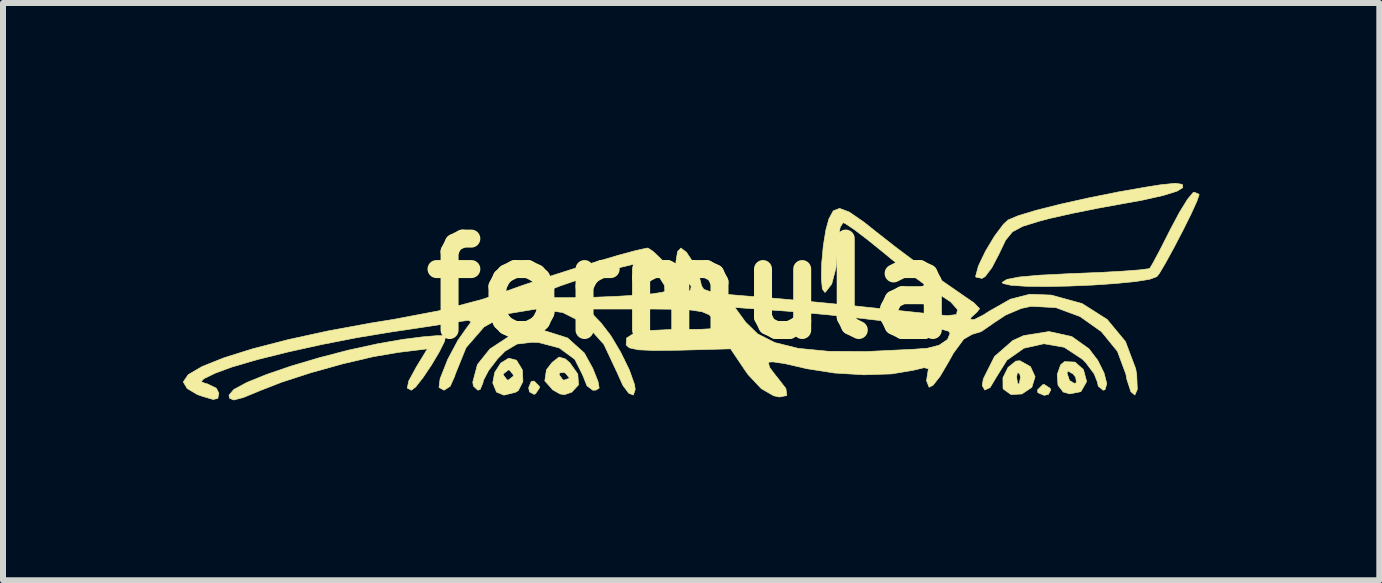
<source format=kicad_pcb>
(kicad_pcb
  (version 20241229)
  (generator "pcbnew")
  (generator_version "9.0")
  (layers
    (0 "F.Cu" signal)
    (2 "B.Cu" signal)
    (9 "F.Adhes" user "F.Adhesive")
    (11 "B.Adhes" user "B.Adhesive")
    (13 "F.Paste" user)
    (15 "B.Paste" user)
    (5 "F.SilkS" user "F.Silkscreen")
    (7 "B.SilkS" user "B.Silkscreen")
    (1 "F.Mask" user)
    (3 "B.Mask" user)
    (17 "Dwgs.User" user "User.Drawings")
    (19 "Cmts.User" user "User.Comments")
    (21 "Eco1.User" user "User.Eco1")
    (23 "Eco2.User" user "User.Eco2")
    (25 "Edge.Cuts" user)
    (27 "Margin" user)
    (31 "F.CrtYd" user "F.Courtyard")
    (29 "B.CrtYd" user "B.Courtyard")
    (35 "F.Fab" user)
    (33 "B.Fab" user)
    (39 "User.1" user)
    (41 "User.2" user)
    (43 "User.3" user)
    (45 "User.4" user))
  (footprint "formula"
    (layer "F.Cu")
    (at 8.472 1.762)
    (property "Reference" "formula" (at 0 0 0) (layer "F.SilkS") (effects (font (size 1.524 1.524) (thickness 0.3))))
    (attr through_hole)
    (fp_poly (pts (xy -2.531 1.628) (xy -2.527 1.651) (xy -2.593 1.75) (xy -2.618 1.762) (xy -2.696 1.721) (xy -2.709 1.651) (xy -2.666 1.546) (xy -2.618 1.54) (xy -2.531 1.628)) (stroke (width 0.01) (type solid)) (fill yes) (layer "F.SilkS"))
    (fp_poly (pts (xy 5.984 1.662) (xy 5.995 1.687) (xy 5.954 1.764) (xy 5.884 1.778) (xy 5.779 1.735) (xy 5.774 1.687) (xy 5.861 1.6) (xy 5.884 1.596) (xy 5.984 1.662)) (stroke (width 0.01) (type solid)) (fill yes) (layer "F.SilkS"))
    (fp_poly (pts (xy 5.656 1.3) (xy 5.733 1.469) (xy 5.679 1.643) (xy 5.679 1.644) (xy 5.514 1.755) (xy 5.333 1.766) (xy 5.207 1.677) (xy 5.198 1.658) (xy 5.197 1.485) (xy 5.202 1.475) (xy 5.425 1.475) (xy 5.441 1.584) (xy 5.47 1.586) (xy 5.49 1.472) (xy 5.477 1.423) (xy 5.439 1.391) (xy 5.425 1.475) (xy 5.202 1.475) (xy 5.282 1.313) (xy 5.411 1.208) (xy 5.479 1.201) (xy 5.656 1.3)) (stroke (width 0.01) (type solid)) (fill yes) (layer "F.SilkS"))
    (fp_poly (pts (xy 6.399 1.224) (xy 6.539 1.349) (xy 6.589 1.536) (xy 6.587 1.558) (xy 6.496 1.717) (xy 6.312 1.754) (xy 6.202 1.723) (xy 6.115 1.61) (xy 6.102 1.431) (xy 6.11 1.408) (xy 6.265 1.408) (xy 6.307 1.532) (xy 6.391 1.581) (xy 6.422 1.565) (xy 6.41 1.478) (xy 6.366 1.421) (xy 6.28 1.373) (xy 6.265 1.408) (xy 6.11 1.408) (xy 6.159 1.269) (xy 6.224 1.216) (xy 6.399 1.224)) (stroke (width 0.01) (type solid)) (fill yes) (layer "F.SilkS"))
    (fp_poly (pts (xy -2.912 1.193) (xy -2.814 1.354) (xy -2.805 1.548) (xy -2.882 1.699) (xy -2.928 1.727) (xy -3.122 1.775) (xy -3.241 1.726) (xy -3.246 1.722) (xy -3.308 1.571) (xy -3.283 1.439) (xy -3.133 1.439) (xy -3.068 1.522) (xy -3.048 1.524) (xy -2.966 1.46) (xy -2.963 1.439) (xy -3.028 1.357) (xy -3.048 1.355) (xy -3.13 1.419) (xy -3.133 1.439) (xy -3.283 1.439) (xy -3.274 1.395) (xy -3.175 1.241) (xy -3.042 1.159) (xy -2.912 1.193)) (stroke (width 0.01) (type solid)) (fill yes) (layer "F.SilkS"))
    (fp_poly (pts (xy -2.1 1.17) (xy -2.022 1.237) (xy -1.89 1.424) (xy -1.878 1.603) (xy -1.989 1.724) (xy -1.997 1.727) (xy -2.111 1.767) (xy -2.187 1.755) (xy -2.307 1.687) (xy -2.44 1.538) (xy -2.425 1.434) (xy -2.201 1.434) (xy -2.14 1.521) (xy -2.117 1.524) (xy -2.034 1.495) (xy -2.032 1.487) (xy -2.091 1.414) (xy -2.117 1.397) (xy -2.195 1.404) (xy -2.201 1.434) (xy -2.425 1.434) (xy -2.413 1.352) (xy -2.318 1.23) (xy -2.203 1.14) (xy -2.1 1.17)) (stroke (width 0.01) (type solid)) (fill yes) (layer "F.SilkS"))
    (fp_poly (pts (xy 6.344 0.798) (xy 6.632 1.003) (xy 6.779 1.197) (xy 6.883 1.407) (xy 6.928 1.584) (xy 6.898 1.685) (xy 6.867 1.693) (xy 6.785 1.624) (xy 6.773 1.56) (xy 6.717 1.419) (xy 6.577 1.232) (xy 6.526 1.179) (xy 6.219 0.977) (xy 5.879 0.918) (xy 5.546 0.993) (xy 5.263 1.192) (xy 5.077 1.49) (xy 4.983 1.648) (xy 4.894 1.69) (xy 4.852 1.615) (xy 4.87 1.503) (xy 5.057 1.13) (xy 5.362 0.864) (xy 5.544 0.782) (xy 5.965 0.715) (xy 6.344 0.798)) (stroke (width 0.01) (type solid)) (fill yes) (layer "F.SilkS"))
    (fp_poly (pts (xy -2.06 0.822) (xy -1.782 1.072) (xy -1.639 1.331) (xy -1.552 1.551) (xy -1.534 1.657) (xy -1.588 1.691) (xy -1.64 1.693) (xy -1.737 1.62) (xy -1.807 1.444) (xy -1.807 1.443) (xy -1.94 1.178) (xy -2.199 0.988) (xy -2.546 0.897) (xy -2.648 0.893) (xy -2.903 0.923) (xy -3.101 1.041) (xy -3.226 1.167) (xy -3.378 1.365) (xy -3.464 1.529) (xy -3.471 1.568) (xy -3.517 1.679) (xy -3.556 1.693) (xy -3.63 1.624) (xy -3.641 1.558) (xy -3.563 1.264) (xy -3.355 1.005) (xy -3.057 0.809) (xy -2.709 0.705) (xy -2.437 0.703) (xy -2.06 0.822)) (stroke (width 0.01) (type solid)) (fill yes) (layer "F.SilkS"))
    (fp_poly (pts (xy 8.186 -1.739) (xy 8.196 -1.685) (xy 8.099 -1.625) (xy 7.863 -1.552) (xy 7.514 -1.474) (xy 7.236 -1.424) (xy 6.795 -1.344) (xy 6.356 -1.256) (xy 5.982 -1.172) (xy 5.811 -1.127) (xy 5.528 -1.04) (xy 5.356 -0.948) (xy 5.241 -0.808) (xy 5.132 -0.58) (xy 5.012 -0.35) (xy 4.9 -0.202) (xy 4.847 -0.171) (xy 4.749 -0.192) (xy 4.741 -0.205) (xy 4.788 -0.379) (xy 4.905 -0.623) (xy 5.057 -0.876) (xy 5.207 -1.076) (xy 5.282 -1.145) (xy 5.451 -1.216) (xy 5.753 -1.307) (xy 6.155 -1.408) (xy 6.621 -1.512) (xy 7.118 -1.612) (xy 7.611 -1.698) (xy 7.82 -1.731) (xy 8.071 -1.757) (xy 8.186 -1.739)) (stroke (width 0.01) (type solid)) (fill yes) (layer "F.SilkS"))
    (fp_poly (pts (xy -4.104 0.784) (xy -4.094 0.788) (xy -4.111 0.877) (xy -4.199 1.054) (xy -4.329 1.272) (xy -4.47 1.482) (xy -4.593 1.639) (xy -4.664 1.693) (xy -4.733 1.658) (xy -4.708 1.538) (xy -4.584 1.31) (xy -4.569 1.285) (xy -4.397 1.003) (xy -4.887 1.063) (xy -5.302 1.134) (xy -5.808 1.253) (xy -6.339 1.401) (xy -6.83 1.56) (xy -7.186 1.699) (xy -7.467 1.815) (xy -7.627 1.856) (xy -7.695 1.826) (xy -7.705 1.775) (xy -7.626 1.682) (xy -7.41 1.565) (xy -7.083 1.432) (xy -6.674 1.292) (xy -6.21 1.154) (xy -5.719 1.026) (xy -5.228 0.919) (xy -4.798 0.844) (xy -4.482 0.804) (xy -4.236 0.783) (xy -4.104 0.784)) (stroke (width 0.01) (type solid)) (fill yes) (layer "F.SilkS"))
    (fp_poly (pts (xy 8.465 -1.574) (xy 8.467 -1.564) (xy 8.429 -1.455) (xy 8.332 -1.242) (xy 8.197 -0.971) (xy 8.049 -0.687) (xy 7.91 -0.433) (xy 7.804 -0.254) (xy 7.763 -0.201) (xy 7.643 -0.157) (xy 7.402 -0.118) (xy 7.074 -0.086) (xy 6.693 -0.06) (xy 6.294 -0.043) (xy 5.91 -0.036) (xy 5.577 -0.04) (xy 5.327 -0.057) (xy 5.196 -0.087) (xy 5.186 -0.106) (xy 5.262 -0.154) (xy 5.465 -0.194) (xy 5.808 -0.225) (xy 6.304 -0.25) (xy 6.413 -0.254) (xy 6.845 -0.272) (xy 7.212 -0.293) (xy 7.485 -0.314) (xy 7.63 -0.333) (xy 7.645 -0.339) (xy 7.699 -0.429) (xy 7.808 -0.633) (xy 7.949 -0.91) (xy 7.992 -0.995) (xy 8.144 -1.28) (xy 8.277 -1.494) (xy 8.368 -1.602) (xy 8.383 -1.609) (xy 8.465 -1.574)) (stroke (width 0.01) (type solid)) (fill yes) (layer "F.SilkS"))
    (fp_poly (pts (xy 2.634 -1.278) (xy 2.876 -1.112) (xy 3.077 -0.952) (xy 3.414 -0.688) (xy 3.787 -0.409) (xy 4.064 -0.212) (xy 4.335 -0.025) (xy 4.569 0.137) (xy 4.712 0.235) (xy 4.808 0.333) (xy 4.763 0.391) (xy 4.665 0.48) (xy 4.657 0.513) (xy 4.718 0.516) (xy 4.873 0.437) (xy 4.968 0.376) (xy 5.32 0.176) (xy 5.645 0.093) (xy 6.004 0.107) (xy 6.516 0.248) (xy 6.934 0.513) (xy 7.239 0.881) (xy 7.41 1.335) (xy 7.427 1.433) (xy 7.437 1.679) (xy 7.396 1.773) (xy 7.33 1.718) (xy 7.263 1.514) (xy 7.247 1.426) (xy 7.106 1.045) (xy 6.838 0.716) (xy 6.483 0.465) (xy 6.08 0.316) (xy 5.668 0.294) (xy 5.504 0.329) (xy 5.244 0.439) (xy 5.027 0.582) (xy 5.017 0.591) (xy 4.834 0.716) (xy 4.681 0.762) (xy 4.543 0.842) (xy 4.372 1.074) (xy 4.287 1.227) (xy 4.149 1.461) (xy 4.032 1.61) (xy 3.966 1.643) (xy 3.923 1.534) (xy 3.938 1.437) (xy 3.954 1.336) (xy 3.884 1.317) (xy 3.709 1.359) (xy 3.343 1.421) (xy 2.88 1.436) (xy 2.386 1.406) (xy 1.926 1.334) (xy 1.826 1.31) (xy 1.557 1.249) (xy 1.36 1.22) (xy 1.286 1.226) (xy 1.306 1.311) (xy 1.415 1.456) (xy 1.425 1.466) (xy 1.579 1.665) (xy 1.594 1.781) (xy 1.472 1.806) (xy 1.376 1.786) (xy 1.168 1.666) (xy 0.95 1.434) (xy 0.9 1.364) (xy 0.657 1.003) (xy -0.195 1.026) (xy -0.611 1.031) (xy -0.882 1.019) (xy -1.032 0.986) (xy -1.084 0.938) (xy -1.077 0.823) (xy -0.953 0.744) (xy -0.697 0.698) (xy -0.294 0.679) (xy -0.177 0.679) (xy 0.167 0.677) (xy 0.369 0.666) (xy 0.454 0.64) (xy 0.449 0.589) (xy 0.381 0.508) (xy 0.297 0.434) (xy 0.183 0.385) (xy 0.004 0.357) (xy -0.273 0.343) (xy -0.681 0.339) (xy -0.749 0.339) (xy -1.725 0.339) (xy -1.502 0.572) (xy -1.34 0.783) (xy -1.173 1.064) (xy -1.031 1.355) (xy -0.945 1.597) (xy -0.933 1.679) (xy -0.964 1.774) (xy -1.042 1.742) (xy -1.141 1.608) (xy -1.226 1.416) (xy -1.455 0.929) (xy -1.758 0.591) (xy -2.143 0.397) (xy -2.582 0.339) (xy -3.054 0.417) (xy -3.452 0.637) (xy -3.753 0.983) (xy -3.936 1.435) (xy -3.941 1.457) (xy -4.017 1.627) (xy -4.119 1.693) (xy -4.204 1.647) (xy -4.186 1.503) (xy -4.06 1.183) (xy -3.891 0.865) (xy -3.744 0.656) (xy -3.668 0.554) (xy -3.713 0.528) (xy -3.86 0.548) (xy -4.046 0.578) (xy -4.352 0.625) (xy -4.729 0.682) (xy -4.995 0.721) (xy -5.564 0.815) (xy -6.153 0.93) (xy -6.723 1.056) (xy -7.238 1.184) (xy -7.658 1.307) (xy -7.935 1.409) (xy -8.124 1.501) (xy -8.171 1.551) (xy -8.092 1.582) (xy -8.065 1.587) (xy -7.916 1.659) (xy -7.874 1.742) (xy -7.891 1.83) (xy -7.969 1.847) (xy -8.15 1.794) (xy -8.234 1.764) (xy -8.401 1.665) (xy -8.467 1.555) (xy -8.385 1.434) (xy -8.153 1.298) (xy -7.788 1.152) (xy -7.305 1.001) (xy -6.724 0.851) (xy -6.06 0.706) (xy -5.331 0.572) (xy -4.97 0.514) (xy -4.206 0.369) (xy -3.992 0.313) (xy 0.729 0.313) (xy 0.907 0.558) (xy 1.108 0.754) (xy 1.395 0.899) (xy 1.784 0.995) (xy 2.289 1.044) (xy 2.924 1.048) (xy 3.706 1.01) (xy 3.937 0.993) (xy 4.132 0.943) (xy 4.274 0.847) (xy 4.315 0.744) (xy 4.295 0.711) (xy 4.193 0.681) (xy 3.955 0.639) (xy 3.612 0.59) (xy 3.197 0.537) (xy 2.74 0.484) (xy 2.275 0.435) (xy 1.833 0.394) (xy 1.571 0.373) (xy 0.729 0.313) (xy -3.992 0.313) (xy -3.495 0.182) (xy -3.307 0.119) (xy -2.54 0.119) (xy -2.462 0.14) (xy -2.254 0.15) (xy -1.956 0.15) (xy -1.606 0.143) (xy -1.243 0.128) (xy -0.907 0.108) (xy -0.637 0.085) (xy -0.471 0.058) (xy -0.44 0.045) (xy -0.443 -0.036) (xy -0.212 -0.036) (xy -0.206 0.009) (xy -0.099 0.083) (xy -0.012 0.025) (xy 0 -0.04) (xy -0.056 -0.125) (xy -0.127 -0.115) (xy -0.212 -0.036) (xy -0.443 -0.036) (xy -0.444 -0.053) (xy -0.536 -0.2) (xy -0.67 -0.341) (xy -0.801 -0.42) (xy -0.827 -0.424) (xy -0.992 -0.4) (xy -1.251 -0.337) (xy -1.564 -0.249) (xy -1.889 -0.147) (xy -2.186 -0.045) (xy -2.414 0.044) (xy -2.532 0.107) (xy -2.54 0.119) (xy -3.307 0.119) (xy -3.118 0.055) (xy -2.793 -0.061) (xy -2.403 -0.191) (xy -1.985 -0.325) (xy -1.574 -0.451) (xy -1.206 -0.559) (xy -0.917 -0.637) (xy -0.743 -0.675) (xy -0.72 -0.677) (xy -0.635 -0.621) (xy -0.49 -0.483) (xy -0.462 -0.453) (xy -0.254 -0.229) (xy -0.254 -0.453) (xy -0.227 -0.618) (xy -0.172 -0.677) (xy -0.079 -0.607) (xy 0.031 -0.44) (xy 0.126 -0.238) (xy 0.169 -0.064) (xy 0.169 -0.054) (xy 0.21 0.011) (xy 0.35 0.06) (xy 0.614 0.097) (xy 0.91 0.122) (xy 1.281 0.151) (xy 1.761 0.194) (xy 2.291 0.244) (xy 2.814 0.297) (xy 2.879 0.304) (xy 3.328 0.351) (xy 3.727 0.393) (xy 4.04 0.426) (xy 4.233 0.446) (xy 4.267 0.449) (xy 4.422 0.432) (xy 4.44 0.349) (xy 4.327 0.221) (xy 4.163 0.112) (xy 3.95 -0.027) (xy 3.66 -0.24) (xy 3.344 -0.488) (xy 3.225 -0.587) (xy 2.95 -0.809) (xy 2.721 -0.984) (xy 2.57 -1.085) (xy 2.532 -1.101) (xy 2.484 -1.025) (xy 2.452 -0.835) (xy 2.447 -0.741) (xy 2.415 -0.352) (xy 2.343 -0.078) (xy 2.239 0.057) (xy 2.228 0.062) (xy 2.186 0.004) (xy 2.17 -0.175) (xy 2.176 -0.429) (xy 2.202 -0.712) (xy 2.245 -0.979) (xy 2.296 -1.164) (xy 2.369 -1.298) (xy 2.474 -1.338) (xy 2.634 -1.278)) (stroke (width 0.01) (type solid)) (fill yes) (layer "F.SilkS")))
  (gr_rect
    (start -3 -3)
    (end 19.943 6.623)
    (stroke (width 0.1) (type default))
    (fill no)
    (layer "Edge.Cuts")))
</source>
